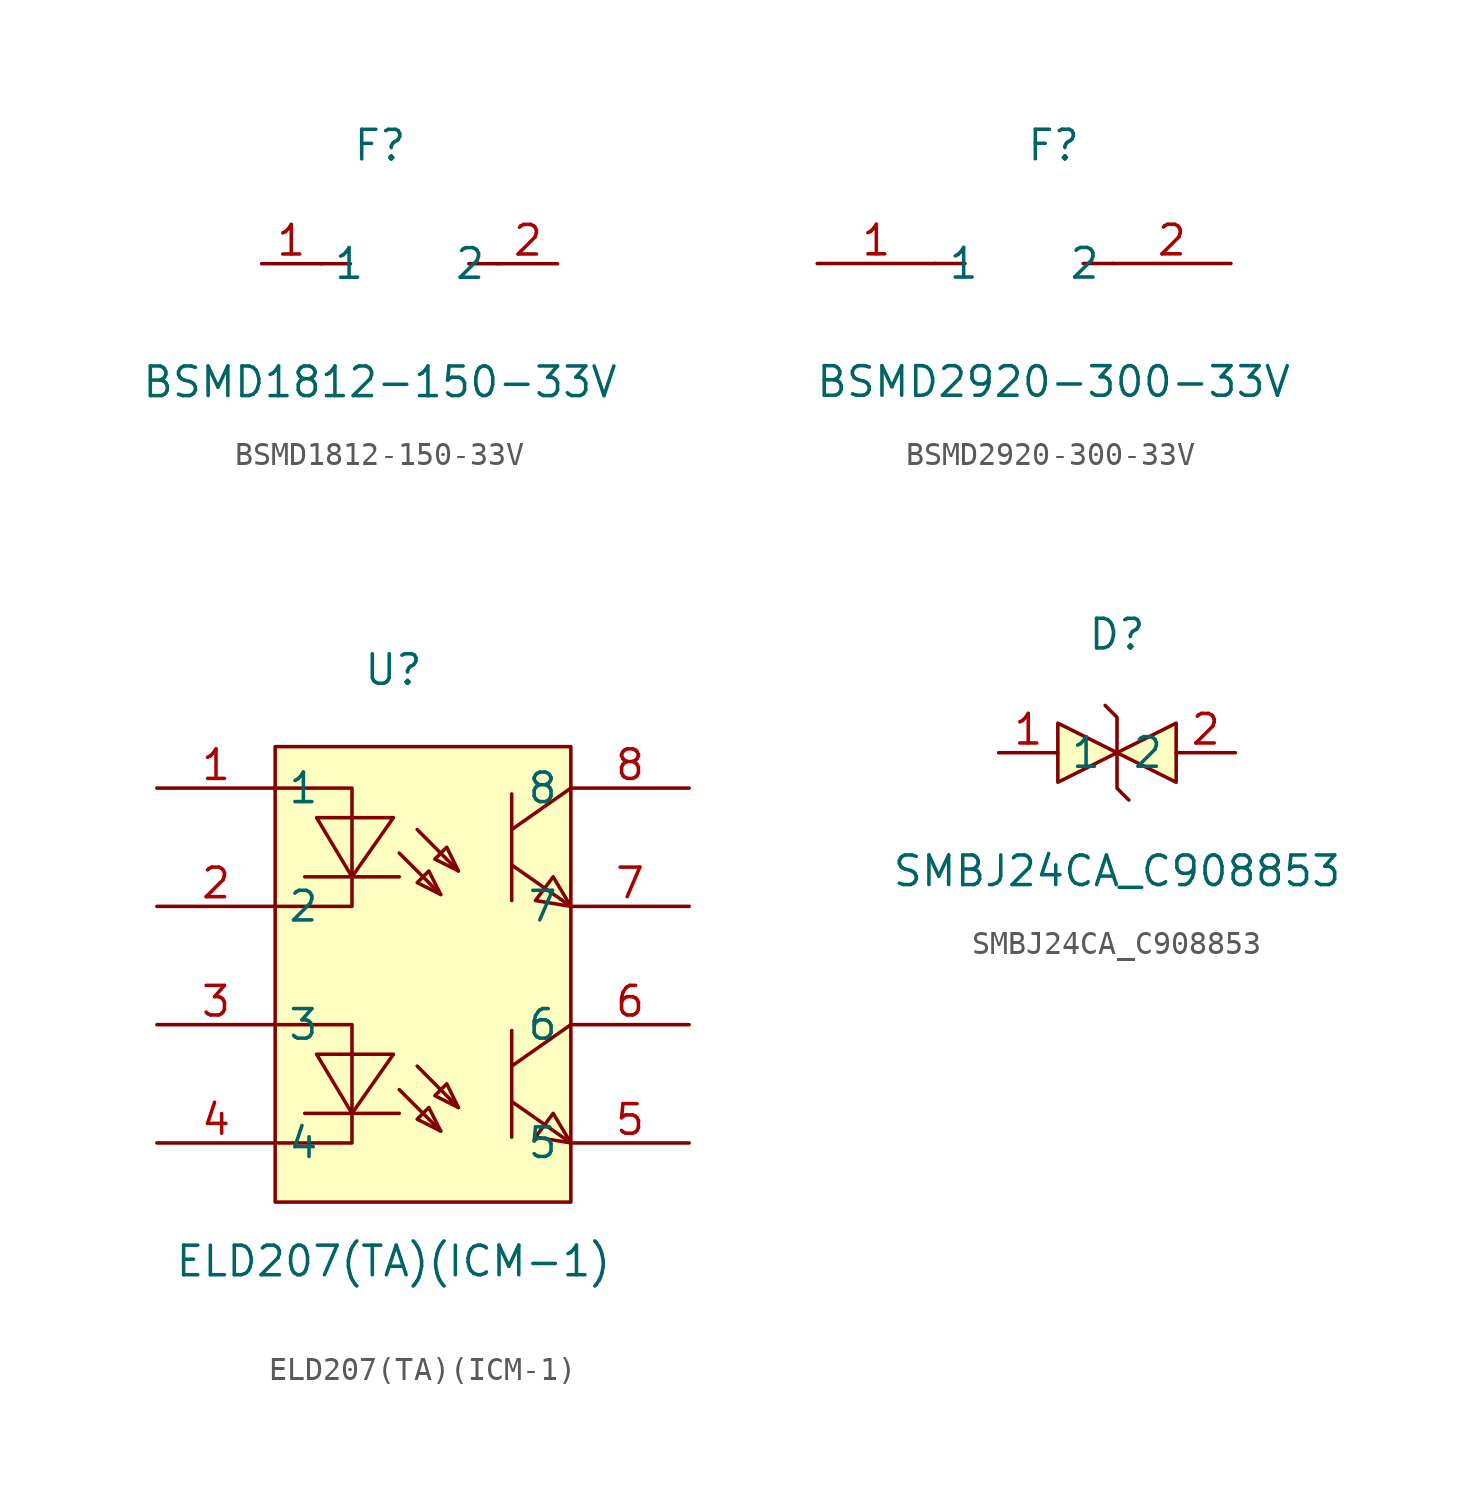
<source format=kicad_sym>
(kicad_symbol_lib
  (version 20211014)
  (generator https://github.com/uPesy/easyeda2kicad.py)
  (symbol "BSMD1812-150-33V"
    (property "Reference" "F"
      (at 0 5.08 0)
      (effects (font (size 1.27 1.27))))
    (property "Value" "BSMD1812-150-33V"
      (at 0 -5.08 0)
      (effects (font (size 1.27 1.27))))
    (symbol "BSMD1812-150-33V_0_1"
      (polyline (pts (xy -1.27 -0.00)) (stroke (width 0) (type default) (color 0 0 0 0)) (fill (type background)))
      (polyline (pts (xy 3.81 -0.00) (xy 5.08 -0.00)) (stroke (width 0) (type default) (color 0 0 0 0)) (fill (type none)))
      (polyline (pts (xy -2.54 -0.00) (xy -1.27 -0.00)) (stroke (width 0) (type default) (color 0 0 0 0)) (fill (type none)))
      (pin unspecified line (at 7.62 -0.00 180) (length 2.54) (name "2" (effects (font (size 1.27 1.27)))) (number "2" (effects (font (size 1.27 1.27)))))
      (pin unspecified line (at -5.08 -0.00 0) (length 2.54) (name "1" (effects (font (size 1.27 1.27)))) (number "1" (effects (font (size 1.27 1.27)))))))
  (symbol "BSMD2920-300-33V"
    (property "Reference" "F"
      (at 0 5.08 0)
      (effects (font (size 1.27 1.27))))
    (property "Value" "BSMD2920-300-33V"
      (at 0 -5.08 0)
      (effects (font (size 1.27 1.27))))
    (symbol "BSMD2920-300-33V_0_1"
      (polyline (pts (xy -3.81 -0.00)) (stroke (width 0) (type default) (color 0 0 0 0)) (fill (type background)))
      (polyline (pts (xy 1.27 -0.00) (xy 2.54 -0.00)) (stroke (width 0) (type default) (color 0 0 0 0)) (fill (type none)))
      (polyline (pts (xy -5.08 -0.00) (xy -3.81 -0.00)) (stroke (width 0) (type default) (color 0 0 0 0)) (fill (type none)))
      (pin unspecified line (at 7.62 -0.00 180) (length 5.08) (name "2" (effects (font (size 1.27 1.27)))) (number "2" (effects (font (size 1.27 1.27)))))
      (pin unspecified line (at -10.16 -0.00 0) (length 5.08) (name "1" (effects (font (size 1.27 1.27)))) (number "1" (effects (font (size 1.27 1.27)))))))
  (symbol "ELD207(TA)(ICM-1)"
    (property "Reference" "U"
      (at 0 12.70 0)
      (effects (font (size 1.27 1.27))))
    (property "Value" "ELD207(TA)(ICM-1)"
      (at 0 -12.70 0)
      (effects (font (size 1.27 1.27))))
    (symbol "ELD207(TA)(ICM-1)_0_1"
      (rectangle (start -5.08 9.40) (end 7.62 -10.16) (stroke (width 0) (type default) (color 0 0 0 0)) (fill (type background)))
      (polyline (pts (xy 2.03 3.05) (xy 1.52 4.06) (xy 1.02 3.56) (xy 2.03 3.05)) (stroke (width 0) (type default) (color 0 0 0 0)) (fill (type background)))
      (polyline (pts (xy 2.79 4.06) (xy 2.29 5.08) (xy 1.78 4.57) (xy 2.79 4.06)) (stroke (width 0) (type default) (color 0 0 0 0)) (fill (type background)))
      (polyline (pts (xy -3.30 6.35) (xy -1.78 3.81) (xy 0.00 6.35) (xy -3.30 6.35)) (stroke (width 0) (type default) (color 0 0 0 0)) (fill (type background)))
      (polyline (pts (xy 2.03 -7.11) (xy 1.52 -6.10) (xy 1.02 -6.60) (xy 2.03 -7.11)) (stroke (width 0) (type default) (color 0 0 0 0)) (fill (type background)))
      (polyline (pts (xy 2.79 -6.10) (xy 2.29 -5.08) (xy 1.78 -5.59) (xy 2.79 -6.10)) (stroke (width 0) (type default) (color 0 0 0 0)) (fill (type background)))
      (polyline (pts (xy -3.30 -3.81) (xy -1.78 -6.35) (xy 0.00 -3.81) (xy -3.30 -3.81)) (stroke (width 0) (type default) (color 0 0 0 0)) (fill (type background)))
      (polyline (pts (xy 7.62 7.62) (xy 5.08 5.84)) (stroke (width 0) (type default) (color 0 0 0 0)) (fill (type none)))
      (polyline (pts (xy 5.08 4.32) (xy 7.62 2.54)) (stroke (width 0) (type default) (color 0 0 0 0)) (fill (type none)))
      (polyline (pts (xy 5.08 7.37) (xy 5.08 2.79)) (stroke (width 0) (type default) (color 0 0 0 0)) (fill (type none)))
      (polyline (pts (xy 0.25 4.83) (xy 2.03 3.05)) (stroke (width 0) (type default) (color 0 0 0 0)) (fill (type none)))
      (polyline (pts (xy 1.02 5.84) (xy 2.79 4.06)) (stroke (width 0) (type default) (color 0 0 0 0)) (fill (type none)))
      (polyline (pts (xy 0.25 3.81) (xy -3.81 3.81)) (stroke (width 0) (type default) (color 0 0 0 0)) (fill (type none)))
      (polyline (pts (xy -5.08 7.62) (xy -1.78 7.62) (xy -1.78 2.54) (xy -5.08 2.54)) (stroke (width 0) (type default) (color 0 0 0 0)) (fill (type none)))
      (polyline (pts (xy 7.62 -2.54) (xy 5.08 -4.32)) (stroke (width 0) (type default) (color 0 0 0 0)) (fill (type none)))
      (polyline (pts (xy 5.08 -5.84) (xy 7.62 -7.62)) (stroke (width 0) (type default) (color 0 0 0 0)) (fill (type none)))
      (polyline (pts (xy 5.08 -2.79) (xy 5.08 -7.37)) (stroke (width 0) (type default) (color 0 0 0 0)) (fill (type none)))
      (polyline (pts (xy 0.25 -5.33) (xy 2.03 -7.11)) (stroke (width 0) (type default) (color 0 0 0 0)) (fill (type none)))
      (polyline (pts (xy 1.02 -4.32) (xy 2.79 -6.10)) (stroke (width 0) (type default) (color 0 0 0 0)) (fill (type none)))
      (polyline (pts (xy 0.25 -6.35) (xy -3.81 -6.35)) (stroke (width 0) (type default) (color 0 0 0 0)) (fill (type none)))
      (polyline (pts (xy -5.08 -2.54) (xy -1.78 -2.54) (xy -1.78 -7.62) (xy -5.08 -7.62)) (stroke (width 0) (type default) (color 0 0 0 0)) (fill (type none)))
      (polyline (pts (xy 7.62 2.54) (xy 6.86 3.81) (xy 6.10 2.79) (xy 7.62 2.54)) (stroke (width 0) (type default) (color 0 0 0 0)) (fill (type background)))
      (polyline (pts (xy 7.62 -7.62) (xy 6.86 -6.35) (xy 6.10 -7.37) (xy 7.62 -7.62)) (stroke (width 0) (type default) (color 0 0 0 0)) (fill (type background)))
      (pin unspecified line (at -10.16 7.62 0) (length 5.08) (name "1" (effects (font (size 1.27 1.27)))) (number "1" (effects (font (size 1.27 1.27)))))
      (pin unspecified line (at -10.16 2.54 0) (length 5.08) (name "2" (effects (font (size 1.27 1.27)))) (number "2" (effects (font (size 1.27 1.27)))))
      (pin unspecified line (at -10.16 -2.54 0) (length 5.08) (name "3" (effects (font (size 1.27 1.27)))) (number "3" (effects (font (size 1.27 1.27)))))
      (pin unspecified line (at -10.16 -7.62 0) (length 5.08) (name "4" (effects (font (size 1.27 1.27)))) (number "4" (effects (font (size 1.27 1.27)))))
      (pin unspecified line (at 12.70 -7.62 180) (length 5.08) (name "5" (effects (font (size 1.27 1.27)))) (number "5" (effects (font (size 1.27 1.27)))))
      (pin unspecified line (at 12.70 -2.54 180) (length 5.08) (name "6" (effects (font (size 1.27 1.27)))) (number "6" (effects (font (size 1.27 1.27)))))
      (pin unspecified line (at 12.70 2.54 180) (length 5.08) (name "7" (effects (font (size 1.27 1.27)))) (number "7" (effects (font (size 1.27 1.27)))))
      (pin unspecified line (at 12.70 7.62 180) (length 5.08) (name "8" (effects (font (size 1.27 1.27)))) (number "8" (effects (font (size 1.27 1.27)))))))
  (symbol "SMBJ24CA_C908853"
    (property "Reference" "D"
      (at 0 5.08 0)
      (effects (font (size 1.27 1.27))))
    (property "Value" "SMBJ24CA_C908853"
      (at 0 -5.08 0)
      (effects (font (size 1.27 1.27))))
    (symbol "SMBJ24CA_C908853_0_1"
      (polyline (pts (xy -0.51 2.03) (xy -0.51 2.03) (xy 0.00 1.52) (xy 0.00 -1.52) (xy 0.25 -1.78) (xy 0.51 -2.03)) (stroke (width 0) (type default) (color 0 0 0 0)) (fill (type none)))
      (polyline (pts (xy 2.54 1.27) (xy 0.00 -0.00) (xy 2.54 -1.27) (xy 2.54 1.27)) (stroke (width 0) (type default) (color 0 0 0 0)) (fill (type background)))
      (polyline (pts (xy -2.54 1.27) (xy 0.00 -0.00) (xy -2.54 -1.27) (xy -2.54 1.27)) (stroke (width 0) (type default) (color 0 0 0 0)) (fill (type background)))
      (pin unspecified line (at -5.08 -0.00 0) (length 2.54) (name "1" (effects (font (size 1.27 1.27)))) (number "1" (effects (font (size 1.27 1.27)))))
      (pin unspecified line (at 5.08 -0.00 180) (length 2.54) (name "2" (effects (font (size 1.27 1.27)))) (number "2" (effects (font (size 1.27 1.27))))))))
</source>
